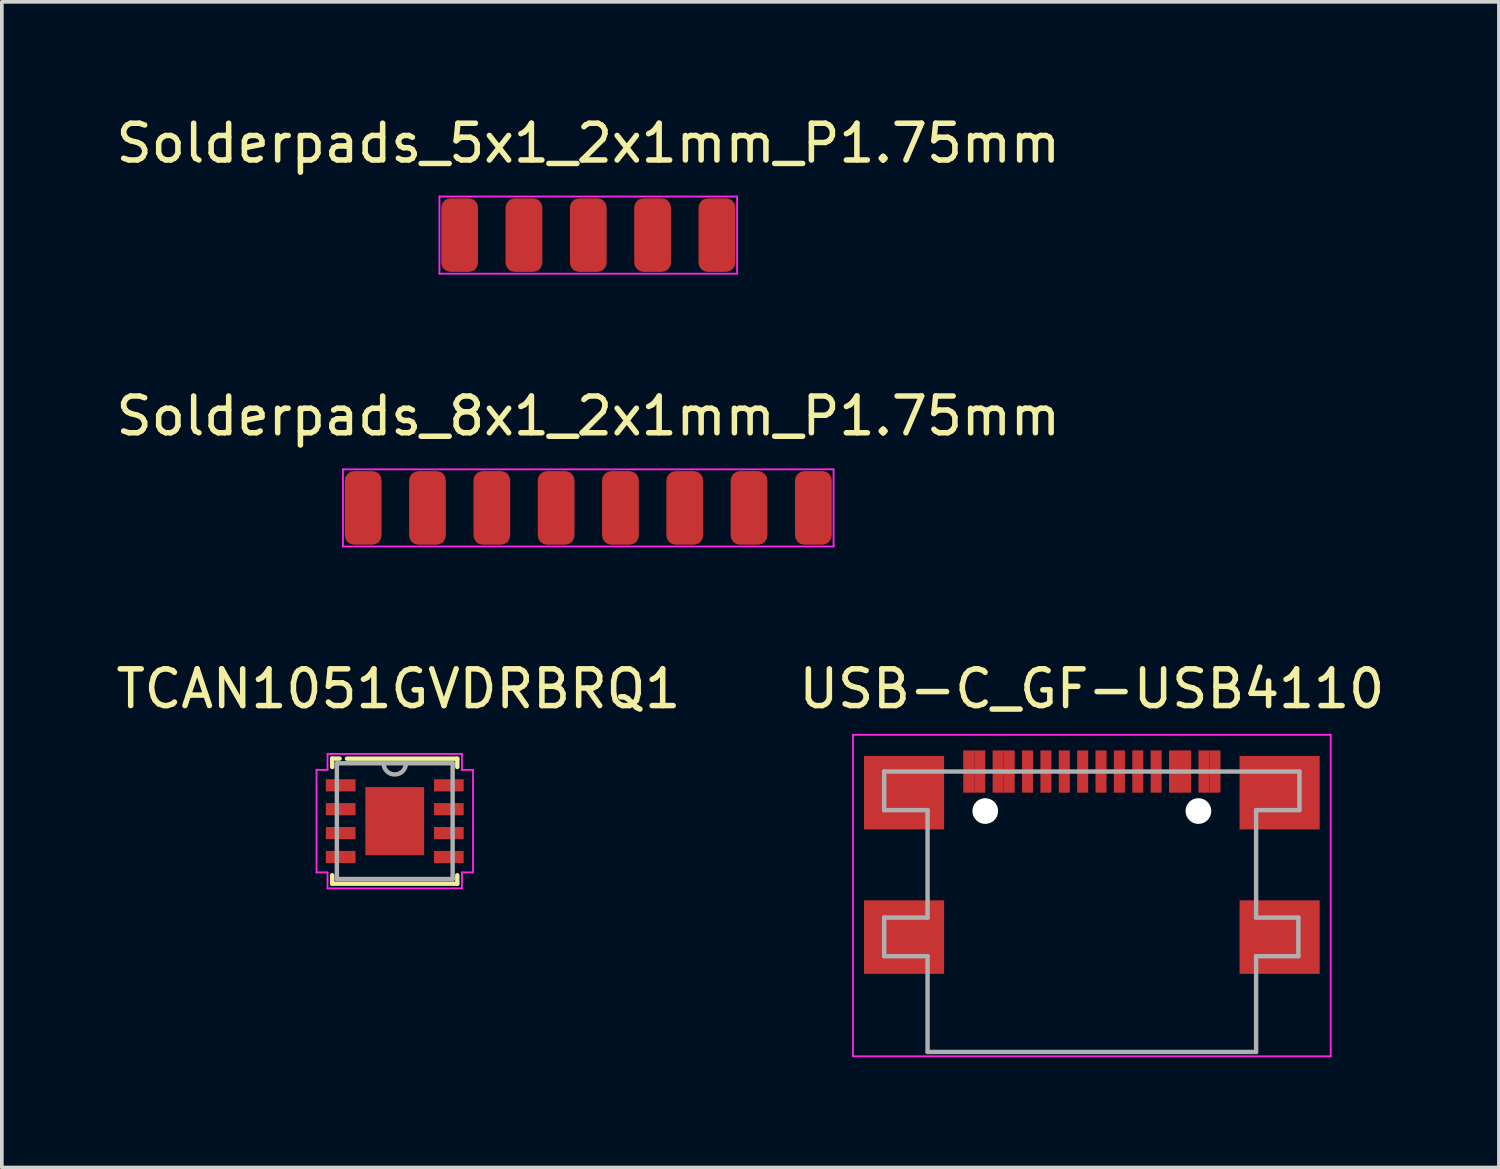
<source format=kicad_pcb>
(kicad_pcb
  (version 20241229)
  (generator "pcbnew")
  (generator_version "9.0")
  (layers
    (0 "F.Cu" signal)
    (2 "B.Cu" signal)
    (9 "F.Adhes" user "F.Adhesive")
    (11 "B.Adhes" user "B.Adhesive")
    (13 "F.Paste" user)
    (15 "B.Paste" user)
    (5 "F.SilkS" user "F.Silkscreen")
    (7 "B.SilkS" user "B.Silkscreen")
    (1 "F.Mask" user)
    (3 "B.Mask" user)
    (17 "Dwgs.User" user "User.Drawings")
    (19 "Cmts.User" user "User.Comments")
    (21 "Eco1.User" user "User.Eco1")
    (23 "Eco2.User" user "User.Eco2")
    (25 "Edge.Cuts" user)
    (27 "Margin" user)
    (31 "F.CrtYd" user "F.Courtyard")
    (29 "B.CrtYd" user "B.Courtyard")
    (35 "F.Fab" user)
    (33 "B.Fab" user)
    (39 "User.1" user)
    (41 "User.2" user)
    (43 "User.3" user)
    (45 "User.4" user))
  (footprint "USB-C_GF-USB4110"
    (layer "F.Cu")
    (at 26.661 17.945)
    (property "Reference" "USB-C_GF-USB4110" (at 0 -2.25 0) (layer "F.SilkS") (effects (font (size 1 1) (thickness 0.15))))
    (attr through_hole)
    (fp_line (start -6.5 -1) (end 6.5 -1) (stroke (width 0.05) (type solid)) (layer "F.CrtYd"))
    (fp_line (start -6.5 7.75) (end -6.5 -1) (stroke (width 0.05) (type solid)) (layer "F.CrtYd"))
    (fp_line (start 6.5 -1) (end 6.5 7.75) (stroke (width 0.05) (type solid)) (layer "F.CrtYd"))
    (fp_line (start 6.5 7.75) (end -6.5 7.75) (stroke (width 0.05) (type solid)) (layer "F.CrtYd"))
    (fp_line (start -5.65 0) (end -5.65 1.05) (stroke (width 0.12) (type solid)) (layer "F.Fab"))
    (fp_line (start -5.65 0) (end 5.65 0) (stroke (width 0.12) (type solid)) (layer "F.Fab"))
    (fp_line (start -5.65 1.05) (end -4.47 1.05) (stroke (width 0.12) (type solid)) (layer "F.Fab"))
    (fp_line (start -5.65 3.975) (end -5.65 5.025) (stroke (width 0.12) (type solid)) (layer "F.Fab"))
    (fp_line (start -5.65 3.975) (end -4.47 3.975) (stroke (width 0.12) (type solid)) (layer "F.Fab"))
    (fp_line (start -5.65 5.025) (end -4.47 5.025) (stroke (width 0.12) (type solid)) (layer "F.Fab"))
    (fp_line (start -4.47 1.05) (end -4.47 3.975) (stroke (width 0.12) (type solid)) (layer "F.Fab"))
    (fp_line (start -4.47 5.025) (end -4.47 7.63) (stroke (width 0.12) (type solid)) (layer "F.Fab"))
    (fp_line (start -4.47 7.63) (end 4.47 7.63) (stroke (width 0.12) (type solid)) (layer "F.Fab"))
    (fp_line (start 4.47 1.05) (end 4.47 3.975) (stroke (width 0.12) (type solid)) (layer "F.Fab"))
    (fp_line (start 4.47 3.975) (end 5.62 3.975) (stroke (width 0.12) (type solid)) (layer "F.Fab"))
    (fp_line (start 4.47 5.025) (end 4.47 7.63) (stroke (width 0.12) (type solid)) (layer "F.Fab"))
    (fp_line (start 4.47 5.025) (end 5.62 5.025) (stroke (width 0.12) (type solid)) (layer "F.Fab"))
    (fp_line (start 5.62 3.975) (end 5.62 5.025) (stroke (width 0.12) (type solid)) (layer "F.Fab"))
    (fp_line (start 5.65 0) (end 5.65 1.05) (stroke (width 0.12) (type solid)) (layer "F.Fab"))
    (fp_line (start 5.65 1.05) (end 4.47 1.05) (stroke (width 0.12) (type solid)) (layer "F.Fab"))
    (pad "" np_thru_hole circle (at -2.9 1.075) (size 0.7 0.7) (drill 0.7) (layers "*.Cu" "*.Mask"))
    (pad "" np_thru_hole circle (at 2.9 1.075) (size 0.7 0.7) (drill 0.7) (layers "*.Cu" "*.Mask"))
    (pad "A1" smd rect (at -3.35 0) (size 0.3 1.15) (layers "F.Cu" "F.Mask" "F.Paste"))
    (pad "A4" smd rect (at -2.55 0) (size 0.3 1.15) (layers "F.Cu" "F.Mask" "F.Paste"))
    (pad "A5" smd rect (at -1.25 0) (size 0.3 1.15) (layers "F.Cu" "F.Mask" "F.Paste"))
    (pad "A6" smd rect (at -0.25 0) (size 0.3 1.15) (layers "F.Cu" "F.Mask" "F.Paste"))
    (pad "A7" smd rect (at 0.25 0) (size 0.3 1.15) (layers "F.Cu" "F.Mask" "F.Paste"))
    (pad "A8" smd rect (at 1.25 0) (size 0.3 1.15) (layers "F.Cu" "F.Mask" "F.Paste"))
    (pad "A9" smd rect (at 2.55 0) (size 0.3 1.15) (layers "F.Cu" "F.Mask" "F.Paste"))
    (pad "A12" smd rect (at 3.35 0) (size 0.3 1.15) (layers "F.Cu" "F.Mask" "F.Paste"))
    (pad "B1" smd rect (at 3.05 0) (size 0.3 1.15) (layers "F.Cu" "F.Mask" "F.Paste"))
    (pad "B4" smd rect (at 2.25 0) (size 0.3 1.15) (layers "F.Cu" "F.Mask" "F.Paste"))
    (pad "B5" smd rect (at 1.75 0) (size 0.3 1.15) (layers "F.Cu" "F.Mask" "F.Paste"))
    (pad "B6" smd rect (at 0.75 0) (size 0.3 1.15) (layers "F.Cu" "F.Mask" "F.Paste"))
    (pad "B7" smd rect (at -0.75 0) (size 0.3 1.15) (layers "F.Cu" "F.Mask" "F.Paste"))
    (pad "B8" smd rect (at -1.75 0) (size 0.3 1.15) (layers "F.Cu" "F.Mask" "F.Paste"))
    (pad "B9" smd rect (at -2.25 0) (size 0.3 1.15) (layers "F.Cu" "F.Mask" "F.Paste"))
    (pad "B12" smd rect (at -3.05 0) (size 0.3 1.15) (layers "F.Cu" "F.Mask" "F.Paste"))
    (pad "S1" smd rect (at -5.11 0.575) (size 2.18 2) (layers "F.Cu" "F.Mask" "F.Paste"))
    (pad "S1" smd rect (at -5.11 4.505) (size 2.18 2) (layers "F.Cu" "F.Mask" "F.Paste"))
    (pad "S1" smd rect (at 5.11 0.575) (size 2.18 2) (layers "F.Cu" "F.Mask" "F.Paste"))
    (pad "S1" smd rect (at 5.11 4.505) (size 2.18 2) (layers "F.Cu" "F.Mask" "F.Paste")))
  (footprint "TCAN1051GVDRBRQ1"
    (layer "F.Cu")
    (at 7.692 19.295)
    (property "Reference" "TCAN1051GVDRBRQ1" (at 0.1 -3.6 0) (layer "F.SilkS") (effects (font (size 1 1) (thickness 0.15))))
    (attr smd)
    (fp_line (start -1.702 -1.702) (end -1.702 -1.473) (stroke (width 0.12) (type solid)) (layer "F.SilkS"))
    (fp_line (start -1.702 1.473) (end -1.702 1.702) (stroke (width 0.12) (type solid)) (layer "F.SilkS"))
    (fp_line (start -1.702 1.702) (end 1.702 1.702) (stroke (width 0.12) (type solid)) (layer "F.SilkS"))
    (fp_line (start -1.5 -1.702) (end -1.702 -1.702) (stroke (width 0.12) (type solid)) (layer "F.SilkS"))
    (fp_line (start -1.3 -1.7) (end 1.702 -1.7) (stroke (width 0.12) (type solid)) (layer "F.SilkS"))
    (fp_line (start 1.702 -1.473) (end 1.702 -1.7) (stroke (width 0.12) (type solid)) (layer "F.SilkS"))
    (fp_line (start 1.702 1.702) (end 1.702 1.473) (stroke (width 0.12) (type solid)) (layer "F.SilkS"))
    (fp_line (start -2.129 -1.395) (end -1.829 -1.395) (stroke (width 0.05) (type solid)) (layer "F.CrtYd"))
    (fp_line (start -2.129 1.395) (end -2.129 -1.395) (stroke (width 0.05) (type solid)) (layer "F.CrtYd"))
    (fp_line (start -1.829 -1.829) (end 1.829 -1.829) (stroke (width 0.05) (type solid)) (layer "F.CrtYd"))
    (fp_line (start -1.829 -1.395) (end -1.829 -1.829) (stroke (width 0.05) (type solid)) (layer "F.CrtYd"))
    (fp_line (start -1.829 1.395) (end -2.129 1.395) (stroke (width 0.05) (type solid)) (layer "F.CrtYd"))
    (fp_line (start -1.829 1.829) (end -1.829 1.395) (stroke (width 0.05) (type solid)) (layer "F.CrtYd"))
    (fp_line (start 1.829 -1.829) (end 1.829 -1.395) (stroke (width 0.05) (type solid)) (layer "F.CrtYd"))
    (fp_line (start 1.829 -1.395) (end 2.129 -1.395) (stroke (width 0.05) (type solid)) (layer "F.CrtYd"))
    (fp_line (start 1.829 1.395) (end 1.829 1.829) (stroke (width 0.05) (type solid)) (layer "F.CrtYd"))
    (fp_line (start 1.829 1.829) (end -1.829 1.829) (stroke (width 0.05) (type solid)) (layer "F.CrtYd"))
    (fp_line (start 2.129 -1.395) (end 2.129 1.395) (stroke (width 0.05) (type solid)) (layer "F.CrtYd"))
    (fp_line (start 2.129 1.395) (end 1.829 1.395) (stroke (width 0.05) (type solid)) (layer "F.CrtYd"))
    (fp_line (start -1.575 -1.575) (end -1.575 1.575) (stroke (width 0.12) (type solid)) (layer "F.Fab"))
    (fp_line (start -1.575 1.575) (end 1.575 1.575) (stroke (width 0.12) (type solid)) (layer "F.Fab"))
    (fp_line (start 1.575 -1.575) (end -1.575 -1.575) (stroke (width 0.12) (type solid)) (layer "F.Fab"))
    (fp_line (start 1.575 1.575) (end 1.575 -1.575) (stroke (width 0.12) (type solid)) (layer "F.Fab"))
    (fp_arc (start 0.3048 -1.5748) (mid 0 -1.27) (end -0.3048 -1.5748) (stroke (width 0.12) (type solid)) (layer "F.Fab"))
    (pad "1" smd rect (at -1.471 -0.975) (size 0.808 0.331) (layers "F.Cu" "F.Mask" "F.Paste"))
    (pad "2" smd rect (at -1.471 -0.325) (size 0.808 0.331) (layers "F.Cu" "F.Mask" "F.Paste"))
    (pad "3" smd rect (at -1.471 0.325) (size 0.808 0.331) (layers "F.Cu" "F.Mask" "F.Paste"))
    (pad "4" smd rect (at -1.471 0.975) (size 0.808 0.331) (layers "F.Cu" "F.Mask" "F.Paste"))
    (pad "5" smd rect (at 1.471 0.975) (size 0.808 0.331) (layers "F.Cu" "F.Mask" "F.Paste"))
    (pad "6" smd rect (at 1.471 0.325) (size 0.808 0.331) (layers "F.Cu" "F.Mask" "F.Paste"))
    (pad "7" smd rect (at 1.471 -0.325) (size 0.808 0.331) (layers "F.Cu" "F.Mask" "F.Paste"))
    (pad "8" smd rect (at 1.471 -0.975) (size 0.808 0.331) (layers "F.Cu" "F.Mask" "F.Paste"))
    (pad "9" smd rect (at 0 0) (size 1.6 1.854) (layers "F.Cu" "F.Mask" "F.Paste")))
  (footprint "Solderpads_5x1_2x1mm_P1.75mm"
    (layer "F.Cu")
    (at 12.958 3.348)
    (property "Reference" "Solderpads_5x1_2x1mm_P1.75mm" (at 0 -2.5 0) (layer "F.SilkS") (effects (font (size 1 1) (thickness 0.15))))
    (attr smd)
    (fp_line (start -4.05 -1.05) (end -4.05 1.05) (stroke (width 0.05) (type solid)) (layer "F.CrtYd"))
    (fp_line (start -4.05 -1.05) (end 4.05 -1.05) (stroke (width 0.05) (type solid)) (layer "F.CrtYd"))
    (fp_line (start -4.05 1.05) (end 4.05 1.05) (stroke (width 0.05) (type solid)) (layer "F.CrtYd"))
    (fp_line (start 4.05 -1.05) (end 4.05 1.05) (stroke (width 0.05) (type solid)) (layer "F.CrtYd"))
    (pad "1" connect roundrect (at -3.5 0) (size 1 2) (layers "F.Cu" "F.Mask") (roundrect_rratio 0.25))
    (pad "2" connect roundrect (at -1.75 0) (size 1 2) (layers "F.Cu" "F.Mask") (roundrect_rratio 0.25))
    (pad "3" connect roundrect (at 0 0) (size 1 2) (layers "F.Cu" "F.Mask") (roundrect_rratio 0.25))
    (pad "4" connect roundrect (at 1.75 0) (size 1 2) (layers "F.Cu" "F.Mask") (roundrect_rratio 0.25))
    (pad "5" connect roundrect (at 3.5 0) (size 1 2) (layers "F.Cu" "F.Mask") (roundrect_rratio 0.25)))
  (footprint "Solderpads_8x1_2x1mm_P1.75mm"
    (layer "F.Cu")
    (at 12.958 10.771)
    (property "Reference" "Solderpads_8x1_2x1mm_P1.75mm" (at 0 -2.5 0) (layer "F.SilkS") (effects (font (size 1 1) (thickness 0.15))))
    (attr smd)
    (fp_line (start -6.675 -1.05) (end -6.675 1.05) (stroke (width 0.05) (type solid)) (layer "F.CrtYd"))
    (fp_line (start -6.675 -1.05) (end 6.675 -1.05) (stroke (width 0.05) (type solid)) (layer "F.CrtYd"))
    (fp_line (start -6.675 1.05) (end 6.675 1.05) (stroke (width 0.05) (type solid)) (layer "F.CrtYd"))
    (fp_line (start 6.675 -1.05) (end 6.675 1.05) (stroke (width 0.05) (type solid)) (layer "F.CrtYd"))
    (pad "1" connect roundrect (at -6.125 0) (size 1 2) (layers "F.Cu" "F.Mask") (roundrect_rratio 0.25))
    (pad "2" connect roundrect (at -4.375 0) (size 1 2) (layers "F.Cu" "F.Mask") (roundrect_rratio 0.25))
    (pad "3" connect roundrect (at -2.625 0) (size 1 2) (layers "F.Cu" "F.Mask") (roundrect_rratio 0.25))
    (pad "4" connect roundrect (at -0.875 0) (size 1 2) (layers "F.Cu" "F.Mask") (roundrect_rratio 0.25))
    (pad "5" connect roundrect (at 0.875 0) (size 1 2) (layers "F.Cu" "F.Mask") (roundrect_rratio 0.25))
    (pad "6" connect roundrect (at 2.625 0) (size 1 2) (layers "F.Cu" "F.Mask") (roundrect_rratio 0.25))
    (pad "7" connect roundrect (at 4.375 0) (size 1 2) (layers "F.Cu" "F.Mask") (roundrect_rratio 0.25))
    (pad "8" connect roundrect (at 6.125 0) (size 1 2) (layers "F.Cu" "F.Mask") (roundrect_rratio 0.25)))
  (gr_rect
    (start -3 -3)
    (end 37.738 28.72)
    (stroke (width 0.1) (type default))
    (fill no)
    (layer "Edge.Cuts")))
</source>
